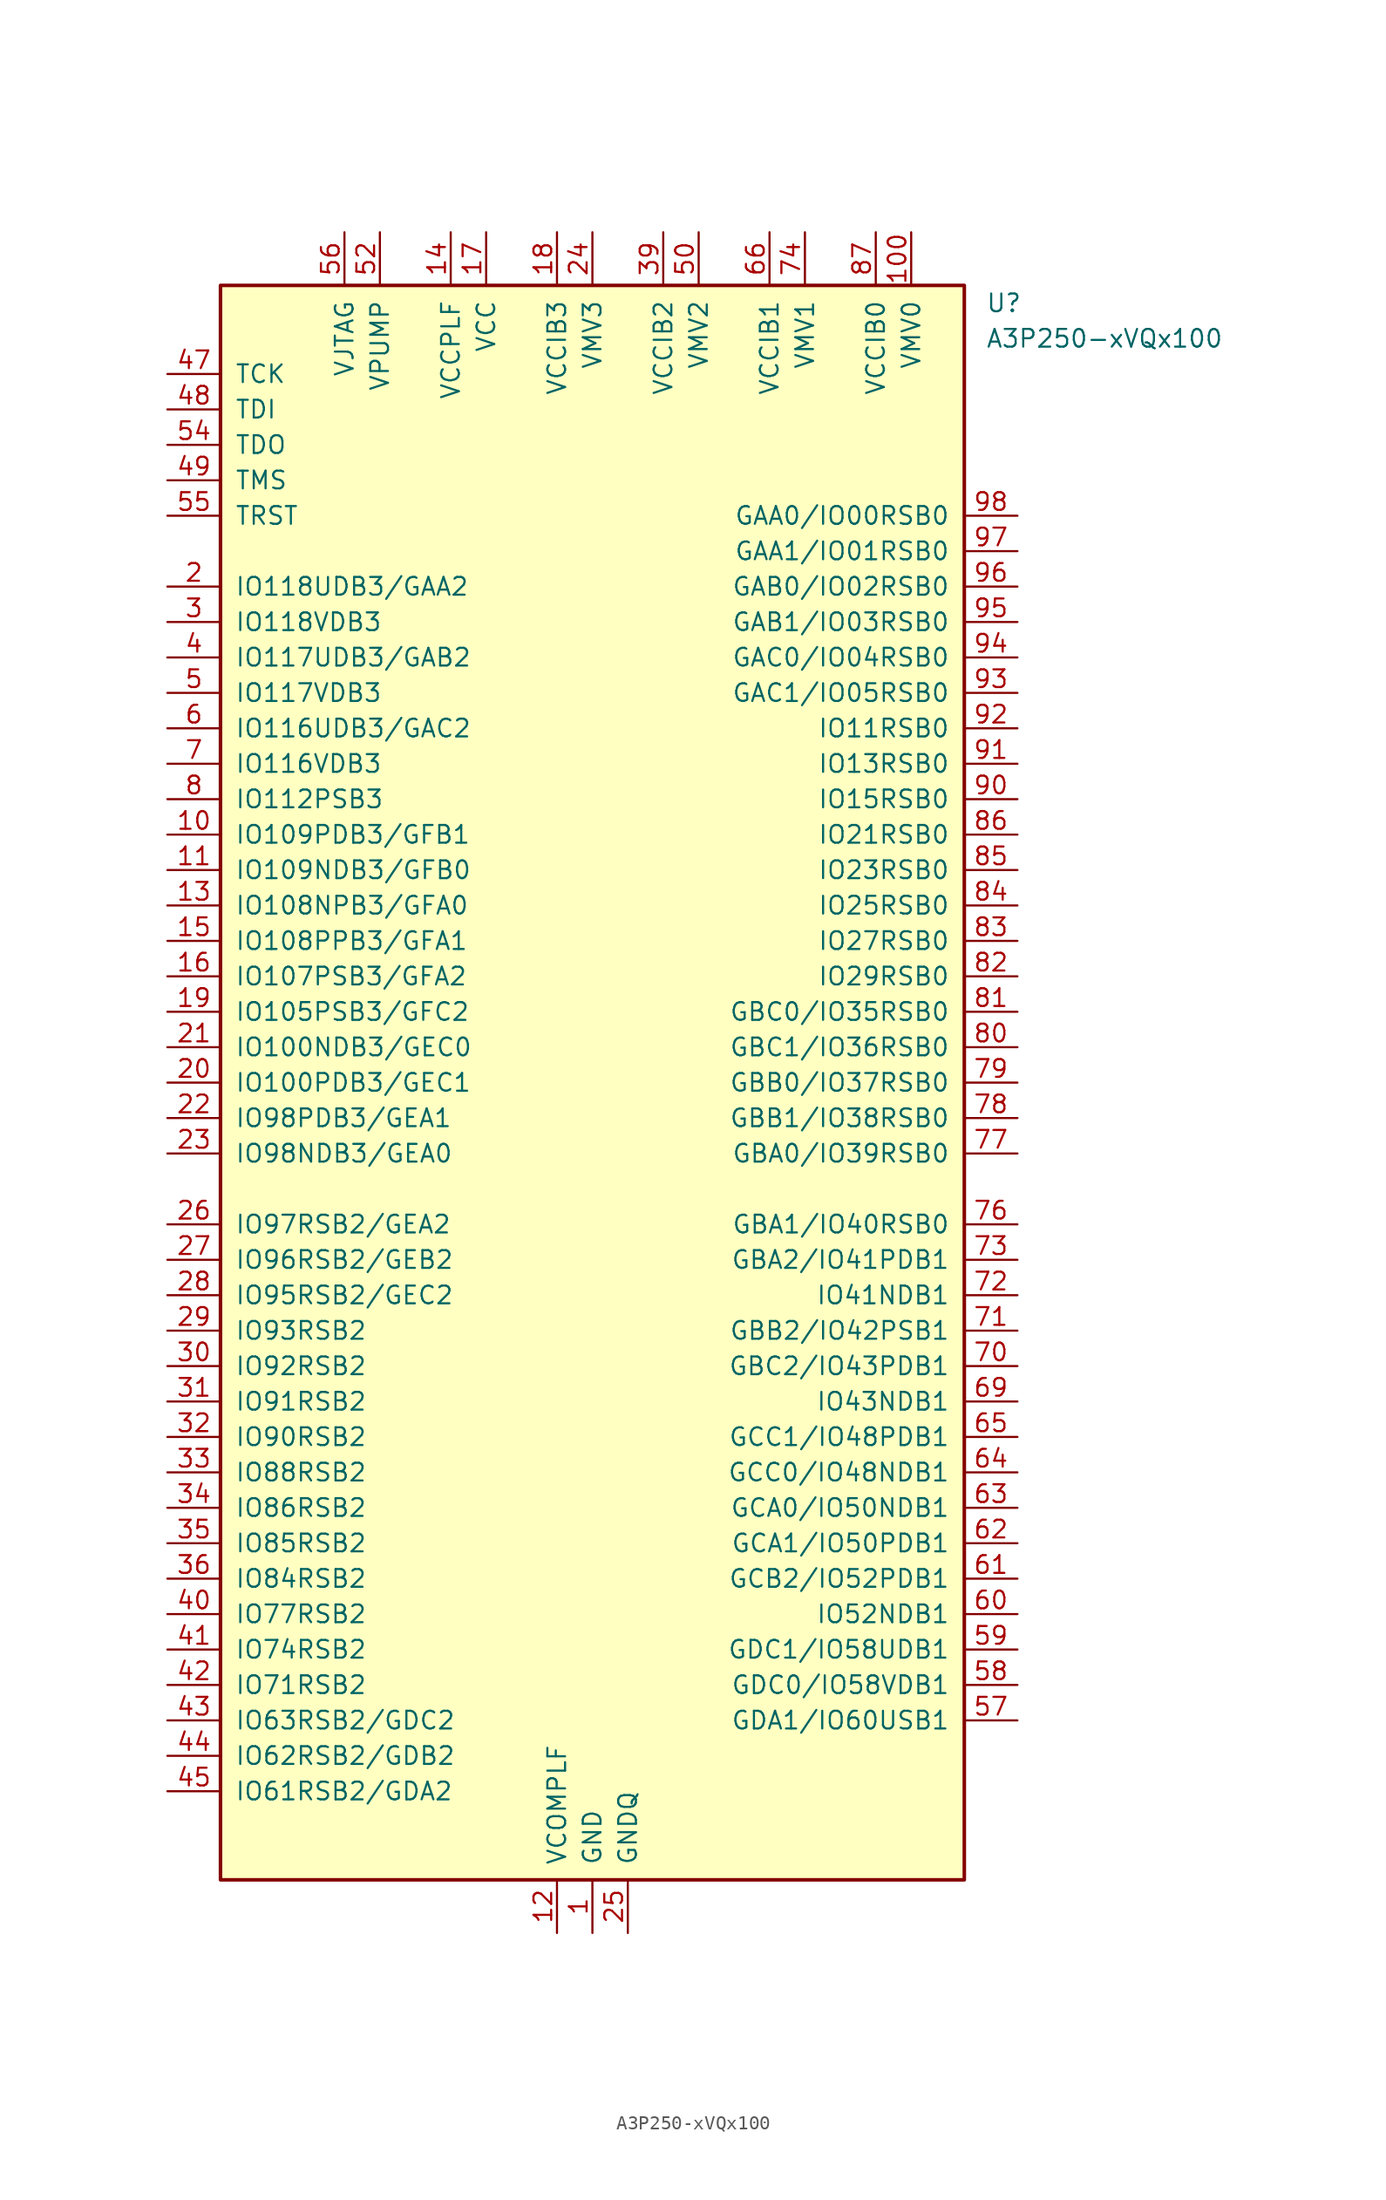
<source format=kicad_sym>
(kicad_symbol_lib
  (version 20241209)
  (generator "kicad_symbol_editor")
  (generator_version "9.0")
  (symbol "A3P250-xVQx100"
    (pin_names
      (offset 1.016))
    (property "Reference" "U"
      (at 28.194 55.88 0)
      (effects (font (size 1.27 1.27)) (justify left)))
    (property "Value" "A3P250-xVQx100"
      (at 28.194 53.34 0)
      (effects (font (size 1.27 1.27)) (justify left)))
    (symbol "A3P250-xVQx100_0_1"
      (rectangle (start -26.67 57.15) (end 26.67 -57.15) (stroke (width 0.254) (type default)) (fill (type background))))
    (symbol "A3P250-xVQx100_1_1"
      (pin input line (at -30.48 50.8 0) (length 3.81) (name "TCK" (effects (font (size 1.27 1.27)))) (number "47" (effects (font (size 1.27 1.27)))))
      (pin input line (at -30.48 48.26 0) (length 3.81) (name "TDI" (effects (font (size 1.27 1.27)))) (number "48" (effects (font (size 1.27 1.27)))))
      (pin output line (at -30.48 45.72 0) (length 3.81) (name "TDO" (effects (font (size 1.27 1.27)))) (number "54" (effects (font (size 1.27 1.27)))))
      (pin input line (at -30.48 43.18 0) (length 3.81) (name "TMS" (effects (font (size 1.27 1.27)))) (number "49" (effects (font (size 1.27 1.27)))))
      (pin input line (at -30.48 40.64 0) (length 3.81) (name "TRST" (effects (font (size 1.27 1.27)))) (number "55" (effects (font (size 1.27 1.27)))))
      (pin bidirectional line (at -30.48 35.56 0) (length 3.81) (name "IO118UDB3/GAA2" (effects (font (size 1.27 1.27)))) (number "2" (effects (font (size 1.27 1.27)))))
      (pin bidirectional line (at -30.48 33.02 0) (length 3.81) (name "IO118VDB3" (effects (font (size 1.27 1.27)))) (number "3" (effects (font (size 1.27 1.27)))))
      (pin bidirectional line (at -30.48 30.48 0) (length 3.81) (name "IO117UDB3/GAB2" (effects (font (size 1.27 1.27)))) (number "4" (effects (font (size 1.27 1.27)))))
      (pin bidirectional line (at -30.48 27.94 0) (length 3.81) (name "IO117VDB3" (effects (font (size 1.27 1.27)))) (number "5" (effects (font (size 1.27 1.27)))))
      (pin bidirectional line (at -30.48 25.4 0) (length 3.81) (name "IO116UDB3/GAC2" (effects (font (size 1.27 1.27)))) (number "6" (effects (font (size 1.27 1.27)))))
      (pin bidirectional line (at -30.48 22.86 0) (length 3.81) (name "IO116VDB3" (effects (font (size 1.27 1.27)))) (number "7" (effects (font (size 1.27 1.27)))))
      (pin bidirectional line (at -30.48 20.32 0) (length 3.81) (name "IO112PSB3" (effects (font (size 1.27 1.27)))) (number "8" (effects (font (size 1.27 1.27)))))
      (pin bidirectional line (at -30.48 17.78 0) (length 3.81) (name "IO109PDB3/GFB1" (effects (font (size 1.27 1.27)))) (number "10" (effects (font (size 1.27 1.27)))))
      (pin bidirectional line (at -30.48 15.24 0) (length 3.81) (name "IO109NDB3/GFB0" (effects (font (size 1.27 1.27)))) (number "11" (effects (font (size 1.27 1.27)))))
      (pin bidirectional line (at -30.48 12.7 0) (length 3.81) (name "IO108NPB3/GFA0" (effects (font (size 1.27 1.27)))) (number "13" (effects (font (size 1.27 1.27)))))
      (pin bidirectional line (at -30.48 10.16 0) (length 3.81) (name "IO108PPB3/GFA1" (effects (font (size 1.27 1.27)))) (number "15" (effects (font (size 1.27 1.27)))))
      (pin bidirectional line (at -30.48 7.62 0) (length 3.81) (name "IO107PSB3/GFA2" (effects (font (size 1.27 1.27)))) (number "16" (effects (font (size 1.27 1.27)))))
      (pin bidirectional line (at -30.48 5.08 0) (length 3.81) (name "IO105PSB3/GFC2" (effects (font (size 1.27 1.27)))) (number "19" (effects (font (size 1.27 1.27)))))
      (pin bidirectional line (at -30.48 2.54 0) (length 3.81) (name "IO100NDB3/GEC0" (effects (font (size 1.27 1.27)))) (number "21" (effects (font (size 1.27 1.27)))))
      (pin bidirectional line (at -30.48 0 0) (length 3.81) (name "IO100PDB3/GEC1" (effects (font (size 1.27 1.27)))) (number "20" (effects (font (size 1.27 1.27)))))
      (pin bidirectional line (at -30.48 -2.54 0) (length 3.81) (name "IO98PDB3/GEA1" (effects (font (size 1.27 1.27)))) (number "22" (effects (font (size 1.27 1.27)))))
      (pin bidirectional line (at -30.48 -5.08 0) (length 3.81) (name "IO98NDB3/GEA0" (effects (font (size 1.27 1.27)))) (number "23" (effects (font (size 1.27 1.27)))))
      (pin bidirectional line (at -30.48 -10.16 0) (length 3.81) (name "IO97RSB2/GEA2" (effects (font (size 1.27 1.27)))) (number "26" (effects (font (size 1.27 1.27)))))
      (pin bidirectional line (at -30.48 -12.7 0) (length 3.81) (name "IO96RSB2/GEB2" (effects (font (size 1.27 1.27)))) (number "27" (effects (font (size 1.27 1.27)))))
      (pin bidirectional line (at -30.48 -15.24 0) (length 3.81) (name "IO95RSB2/GEC2" (effects (font (size 1.27 1.27)))) (number "28" (effects (font (size 1.27 1.27)))))
      (pin bidirectional line (at -30.48 -17.78 0) (length 3.81) (name "IO93RSB2" (effects (font (size 1.27 1.27)))) (number "29" (effects (font (size 1.27 1.27)))))
      (pin bidirectional line (at -30.48 -20.32 0) (length 3.81) (name "IO92RSB2" (effects (font (size 1.27 1.27)))) (number "30" (effects (font (size 1.27 1.27)))))
      (pin bidirectional line (at -30.48 -22.86 0) (length 3.81) (name "IO91RSB2" (effects (font (size 1.27 1.27)))) (number "31" (effects (font (size 1.27 1.27)))))
      (pin bidirectional line (at -30.48 -25.4 0) (length 3.81) (name "IO90RSB2" (effects (font (size 1.27 1.27)))) (number "32" (effects (font (size 1.27 1.27)))))
      (pin bidirectional line (at -30.48 -27.94 0) (length 3.81) (name "IO88RSB2" (effects (font (size 1.27 1.27)))) (number "33" (effects (font (size 1.27 1.27)))))
      (pin bidirectional line (at -30.48 -30.48 0) (length 3.81) (name "IO86RSB2" (effects (font (size 1.27 1.27)))) (number "34" (effects (font (size 1.27 1.27)))))
      (pin bidirectional line (at -30.48 -33.02 0) (length 3.81) (name "IO85RSB2" (effects (font (size 1.27 1.27)))) (number "35" (effects (font (size 1.27 1.27)))))
      (pin bidirectional line (at -30.48 -35.56 0) (length 3.81) (name "IO84RSB2" (effects (font (size 1.27 1.27)))) (number "36" (effects (font (size 1.27 1.27)))))
      (pin bidirectional line (at -30.48 -38.1 0) (length 3.81) (name "IO77RSB2" (effects (font (size 1.27 1.27)))) (number "40" (effects (font (size 1.27 1.27)))))
      (pin bidirectional line (at -30.48 -40.64 0) (length 3.81) (name "IO74RSB2" (effects (font (size 1.27 1.27)))) (number "41" (effects (font (size 1.27 1.27)))))
      (pin bidirectional line (at -30.48 -43.18 0) (length 3.81) (name "IO71RSB2" (effects (font (size 1.27 1.27)))) (number "42" (effects (font (size 1.27 1.27)))))
      (pin bidirectional line (at -30.48 -45.72 0) (length 3.81) (name "IO63RSB2/GDC2" (effects (font (size 1.27 1.27)))) (number "43" (effects (font (size 1.27 1.27)))))
      (pin bidirectional line (at -30.48 -48.26 0) (length 3.81) (name "IO62RSB2/GDB2" (effects (font (size 1.27 1.27)))) (number "44" (effects (font (size 1.27 1.27)))))
      (pin bidirectional line (at -30.48 -50.8 0) (length 3.81) (name "IO61RSB2/GDA2" (effects (font (size 1.27 1.27)))) (number "45" (effects (font (size 1.27 1.27)))))
      (pin power_in line (at -17.78 60.96 270) (length 3.81) (name "VJTAG" (effects (font (size 1.27 1.27)))) (number "56" (effects (font (size 1.27 1.27)))))
      (pin power_in line (at -15.24 60.96 270) (length 3.81) (name "VPUMP" (effects (font (size 1.27 1.27)))) (number "52" (effects (font (size 1.27 1.27)))))
      (pin power_in line (at -10.16 60.96 270) (length 3.81) (name "VCCPLF" (effects (font (size 1.27 1.27)))) (number "14" (effects (font (size 1.27 1.27)))))
      (pin power_in line (at -7.62 60.96 270) (length 3.81) (name "VCC" (effects (font (size 1.27 1.27)))) (number "17" (effects (font (size 1.27 1.27)))))
      (pin passive line (at -7.62 60.96 270) (length 3.81) (hide yes) (name "VCC" (effects (font (size 1.27 1.27)))) (number "37" (effects (font (size 1.27 1.27)))))
      (pin passive line (at -7.62 60.96 270) (length 3.81) (hide yes) (name "VCC" (effects (font (size 1.27 1.27)))) (number "68" (effects (font (size 1.27 1.27)))))
      (pin passive line (at -7.62 60.96 270) (length 3.81) (hide yes) (name "VCC" (effects (font (size 1.27 1.27)))) (number "89" (effects (font (size 1.27 1.27)))))
      (pin power_in line (at -2.54 60.96 270) (length 3.81) (name "VCCIB3" (effects (font (size 1.27 1.27)))) (number "18" (effects (font (size 1.27 1.27)))))
      (pin power_in line (at -2.54 -60.96 90) (length 3.81) (name "VCOMPLF" (effects (font (size 1.27 1.27)))) (number "12" (effects (font (size 1.27 1.27)))))
      (pin power_in line (at 0 60.96 270) (length 3.81) (name "VMV3" (effects (font (size 1.27 1.27)))) (number "24" (effects (font (size 1.27 1.27)))))
      (pin power_in line (at 0 -60.96 90) (length 3.81) (name "GND" (effects (font (size 1.27 1.27)))) (number "1" (effects (font (size 1.27 1.27)))))
      (pin passive line (at 0 -60.96 90) (length 3.81) (hide yes) (name "GND" (effects (font (size 1.27 1.27)))) (number "38" (effects (font (size 1.27 1.27)))))
      (pin passive line (at 0 -60.96 90) (length 3.81) (hide yes) (name "GND" (effects (font (size 1.27 1.27)))) (number "51" (effects (font (size 1.27 1.27)))))
      (pin passive line (at 0 -60.96 90) (length 3.81) (hide yes) (name "GND" (effects (font (size 1.27 1.27)))) (number "67" (effects (font (size 1.27 1.27)))))
      (pin passive line (at 0 -60.96 90) (length 3.81) (hide yes) (name "GND" (effects (font (size 1.27 1.27)))) (number "88" (effects (font (size 1.27 1.27)))))
      (pin passive line (at 0 -60.96 90) (length 3.81) (hide yes) (name "GND" (effects (font (size 1.27 1.27)))) (number "9" (effects (font (size 1.27 1.27)))))
      (pin power_in line (at 2.54 -60.96 90) (length 3.81) (name "GNDQ" (effects (font (size 1.27 1.27)))) (number "25" (effects (font (size 1.27 1.27)))))
      (pin passive line (at 2.54 -60.96 90) (length 3.81) (hide yes) (name "GNDQ" (effects (font (size 1.27 1.27)))) (number "46" (effects (font (size 1.27 1.27)))))
      (pin passive line (at 2.54 -60.96 90) (length 3.81) (hide yes) (name "GNDQ" (effects (font (size 1.27 1.27)))) (number "75" (effects (font (size 1.27 1.27)))))
      (pin passive line (at 2.54 -60.96 90) (length 3.81) (hide yes) (name "GNDQ" (effects (font (size 1.27 1.27)))) (number "99" (effects (font (size 1.27 1.27)))))
      (pin power_in line (at 5.08 60.96 270) (length 3.81) (name "VCCIB2" (effects (font (size 1.27 1.27)))) (number "39" (effects (font (size 1.27 1.27)))))
      (pin power_in line (at 7.62 60.96 270) (length 3.81) (name "VMV2" (effects (font (size 1.27 1.27)))) (number "50" (effects (font (size 1.27 1.27)))))
      (pin power_in line (at 12.7 60.96 270) (length 3.81) (name "VCCIB1" (effects (font (size 1.27 1.27)))) (number "66" (effects (font (size 1.27 1.27)))))
      (pin power_in line (at 15.24 60.96 270) (length 3.81) (name "VMV1" (effects (font (size 1.27 1.27)))) (number "74" (effects (font (size 1.27 1.27)))))
      (pin power_in line (at 20.32 60.96 270) (length 3.81) (name "VCCIB0" (effects (font (size 1.27 1.27)))) (number "87" (effects (font (size 1.27 1.27)))))
      (pin power_in line (at 22.86 60.96 270) (length 3.81) (name "VMV0" (effects (font (size 1.27 1.27)))) (number "100" (effects (font (size 1.27 1.27)))))
      (pin no_connect line (at 26.67 45.72 180) (length 3.81) (hide yes) (name "NC" (effects (font (size 1.27 1.27)))) (number "53" (effects (font (size 1.27 1.27)))))
      (pin bidirectional line (at 30.48 40.64 180) (length 3.81) (name "GAA0/IO00RSB0" (effects (font (size 1.27 1.27)))) (number "98" (effects (font (size 1.27 1.27)))))
      (pin bidirectional line (at 30.48 38.1 180) (length 3.81) (name "GAA1/IO01RSB0" (effects (font (size 1.27 1.27)))) (number "97" (effects (font (size 1.27 1.27)))))
      (pin bidirectional line (at 30.48 35.56 180) (length 3.81) (name "GAB0/IO02RSB0" (effects (font (size 1.27 1.27)))) (number "96" (effects (font (size 1.27 1.27)))))
      (pin bidirectional line (at 30.48 33.02 180) (length 3.81) (name "GAB1/IO03RSB0" (effects (font (size 1.27 1.27)))) (number "95" (effects (font (size 1.27 1.27)))))
      (pin bidirectional line (at 30.48 30.48 180) (length 3.81) (name "GAC0/IO04RSB0" (effects (font (size 1.27 1.27)))) (number "94" (effects (font (size 1.27 1.27)))))
      (pin bidirectional line (at 30.48 27.94 180) (length 3.81) (name "GAC1/IO05RSB0" (effects (font (size 1.27 1.27)))) (number "93" (effects (font (size 1.27 1.27)))))
      (pin bidirectional line (at 30.48 25.4 180) (length 3.81) (name "IO11RSB0" (effects (font (size 1.27 1.27)))) (number "92" (effects (font (size 1.27 1.27)))))
      (pin bidirectional line (at 30.48 22.86 180) (length 3.81) (name "IO13RSB0" (effects (font (size 1.27 1.27)))) (number "91" (effects (font (size 1.27 1.27)))))
      (pin bidirectional line (at 30.48 20.32 180) (length 3.81) (name "IO15RSB0" (effects (font (size 1.27 1.27)))) (number "90" (effects (font (size 1.27 1.27)))))
      (pin bidirectional line (at 30.48 17.78 180) (length 3.81) (name "IO21RSB0" (effects (font (size 1.27 1.27)))) (number "86" (effects (font (size 1.27 1.27)))))
      (pin bidirectional line (at 30.48 15.24 180) (length 3.81) (name "IO23RSB0" (effects (font (size 1.27 1.27)))) (number "85" (effects (font (size 1.27 1.27)))))
      (pin bidirectional line (at 30.48 12.7 180) (length 3.81) (name "IO25RSB0" (effects (font (size 1.27 1.27)))) (number "84" (effects (font (size 1.27 1.27)))))
      (pin bidirectional line (at 30.48 10.16 180) (length 3.81) (name "IO27RSB0" (effects (font (size 1.27 1.27)))) (number "83" (effects (font (size 1.27 1.27)))))
      (pin bidirectional line (at 30.48 7.62 180) (length 3.81) (name "IO29RSB0" (effects (font (size 1.27 1.27)))) (number "82" (effects (font (size 1.27 1.27)))))
      (pin bidirectional line (at 30.48 5.08 180) (length 3.81) (name "GBC0/IO35RSB0" (effects (font (size 1.27 1.27)))) (number "81" (effects (font (size 1.27 1.27)))))
      (pin bidirectional line (at 30.48 2.54 180) (length 3.81) (name "GBC1/IO36RSB0" (effects (font (size 1.27 1.27)))) (number "80" (effects (font (size 1.27 1.27)))))
      (pin bidirectional line (at 30.48 0 180) (length 3.81) (name "GBB0/IO37RSB0" (effects (font (size 1.27 1.27)))) (number "79" (effects (font (size 1.27 1.27)))))
      (pin bidirectional line (at 30.48 -2.54 180) (length 3.81) (name "GBB1/IO38RSB0" (effects (font (size 1.27 1.27)))) (number "78" (effects (font (size 1.27 1.27)))))
      (pin bidirectional line (at 30.48 -5.08 180) (length 3.81) (name "GBA0/IO39RSB0" (effects (font (size 1.27 1.27)))) (number "77" (effects (font (size 1.27 1.27)))))
      (pin bidirectional line (at 30.48 -10.16 180) (length 3.81) (name "GBA1/IO40RSB0" (effects (font (size 1.27 1.27)))) (number "76" (effects (font (size 1.27 1.27)))))
      (pin bidirectional line (at 30.48 -12.7 180) (length 3.81) (name "GBA2/IO41PDB1" (effects (font (size 1.27 1.27)))) (number "73" (effects (font (size 1.27 1.27)))))
      (pin bidirectional line (at 30.48 -15.24 180) (length 3.81) (name "IO41NDB1" (effects (font (size 1.27 1.27)))) (number "72" (effects (font (size 1.27 1.27)))))
      (pin bidirectional line (at 30.48 -17.78 180) (length 3.81) (name "GBB2/IO42PSB1" (effects (font (size 1.27 1.27)))) (number "71" (effects (font (size 1.27 1.27)))))
      (pin bidirectional line (at 30.48 -20.32 180) (length 3.81) (name "GBC2/IO43PDB1" (effects (font (size 1.27 1.27)))) (number "70" (effects (font (size 1.27 1.27)))))
      (pin bidirectional line (at 30.48 -22.86 180) (length 3.81) (name "IO43NDB1" (effects (font (size 1.27 1.27)))) (number "69" (effects (font (size 1.27 1.27)))))
      (pin bidirectional line (at 30.48 -25.4 180) (length 3.81) (name "GCC1/IO48PDB1" (effects (font (size 1.27 1.27)))) (number "65" (effects (font (size 1.27 1.27)))))
      (pin bidirectional line (at 30.48 -27.94 180) (length 3.81) (name "GCC0/IO48NDB1" (effects (font (size 1.27 1.27)))) (number "64" (effects (font (size 1.27 1.27)))))
      (pin bidirectional line (at 30.48 -30.48 180) (length 3.81) (name "GCA0/IO50NDB1" (effects (font (size 1.27 1.27)))) (number "63" (effects (font (size 1.27 1.27)))))
      (pin bidirectional line (at 30.48 -33.02 180) (length 3.81) (name "GCA1/IO50PDB1" (effects (font (size 1.27 1.27)))) (number "62" (effects (font (size 1.27 1.27)))))
      (pin bidirectional line (at 30.48 -35.56 180) (length 3.81) (name "GCB2/IO52PDB1" (effects (font (size 1.27 1.27)))) (number "61" (effects (font (size 1.27 1.27)))))
      (pin bidirectional line (at 30.48 -38.1 180) (length 3.81) (name "IO52NDB1" (effects (font (size 1.27 1.27)))) (number "60" (effects (font (size 1.27 1.27)))))
      (pin bidirectional line (at 30.48 -40.64 180) (length 3.81) (name "GDC1/IO58UDB1" (effects (font (size 1.27 1.27)))) (number "59" (effects (font (size 1.27 1.27)))))
      (pin bidirectional line (at 30.48 -43.18 180) (length 3.81) (name "GDC0/IO58VDB1" (effects (font (size 1.27 1.27)))) (number "58" (effects (font (size 1.27 1.27)))))
      (pin bidirectional line (at 30.48 -45.72 180) (length 3.81) (name "GDA1/IO60USB1" (effects (font (size 1.27 1.27)))) (number "57" (effects (font (size 1.27 1.27))))))))
</source>
